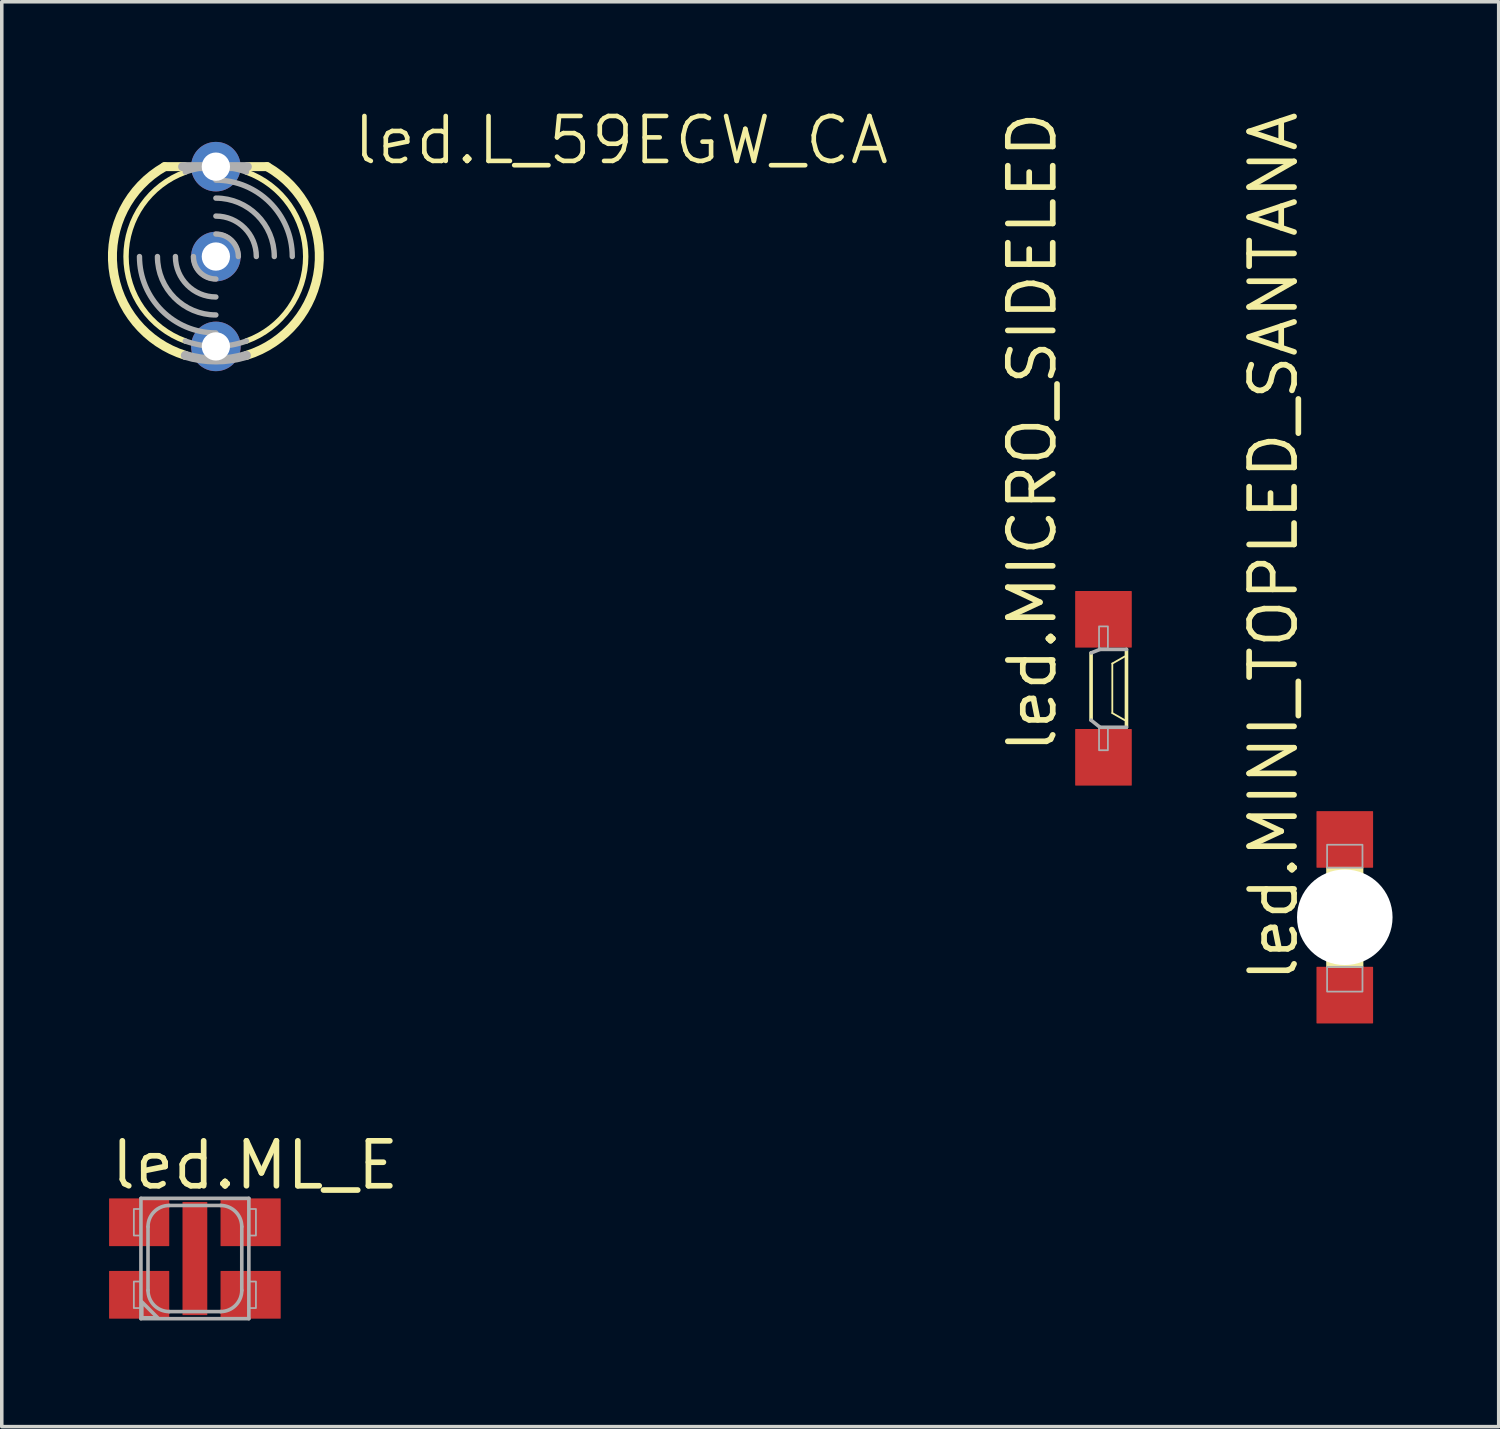
<source format=kicad_pcb>
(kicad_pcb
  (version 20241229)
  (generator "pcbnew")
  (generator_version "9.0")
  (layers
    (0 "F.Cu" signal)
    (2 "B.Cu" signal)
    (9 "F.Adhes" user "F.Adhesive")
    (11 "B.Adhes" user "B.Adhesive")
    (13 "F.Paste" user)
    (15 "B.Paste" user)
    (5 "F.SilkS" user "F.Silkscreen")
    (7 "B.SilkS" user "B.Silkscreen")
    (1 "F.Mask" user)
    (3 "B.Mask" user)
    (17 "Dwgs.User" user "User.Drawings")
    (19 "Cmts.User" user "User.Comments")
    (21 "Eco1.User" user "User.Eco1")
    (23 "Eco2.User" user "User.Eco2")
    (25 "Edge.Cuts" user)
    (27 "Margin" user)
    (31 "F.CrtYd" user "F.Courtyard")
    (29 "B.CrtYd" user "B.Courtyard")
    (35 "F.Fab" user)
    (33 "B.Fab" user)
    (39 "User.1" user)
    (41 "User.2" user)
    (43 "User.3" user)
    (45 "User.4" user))
  (footprint "led.ML_E"
    (layer "F.Cu")
    (at 2.458 32.518)
    (property "Reference" "led.ML_E" (at -2.458 -1.893 0) (layer "F.SilkS") (effects (font (size 1.27 1.27) (thickness 0.16)) (justify left bottom)))
    (attr smd)
    (fp_rect (start -2.425 -0.35) (end -0.725 -1.7) (stroke (width 0.05) (type default)) (fill yes) (layer "F.Mask"))
    (fp_rect (start -2.425 1.7) (end -0.725 0.35) (stroke (width 0.05) (type default)) (fill yes) (layer "F.Mask"))
    (fp_rect (start -0.45 1.7) (end 0.45 -1.7) (stroke (width 0.05) (type default)) (fill yes) (layer "F.Mask"))
    (fp_rect (start -0.25 1.25) (end 0.275 -1.25) (stroke (width 0.05) (type default)) (fill yes) (layer "F.Mask"))
    (fp_rect (start 0.725 -0.35) (end 2.425 -1.7) (stroke (width 0.05) (type default)) (fill yes) (layer "F.Mask"))
    (fp_rect (start 0.725 1.7) (end 2.425 0.35) (stroke (width 0.05) (type default)) (fill yes) (layer "F.Mask"))
    (fp_rect (start -2.125 -0.45) (end -0.825 -1.6) (stroke (width 0.05) (type default)) (fill yes) (layer "F.Paste"))
    (fp_rect (start -2.125 1.6) (end -0.825 0.45) (stroke (width 0.05) (type default)) (fill yes) (layer "F.Paste"))
    (fp_rect (start 0.825 -0.45) (end 2.125 -1.6) (stroke (width 0.05) (type default)) (fill yes) (layer "F.Paste"))
    (fp_rect (start 0.825 1.6) (end 2.125 0.45) (stroke (width 0.05) (type default)) (fill yes) (layer "F.Paste"))
    (fp_line (start -1.525 -1.7) (end 1.525 -1.7) (stroke (width 0.102) (type default)) (layer "F.Fab"))
    (fp_line (start -1.525 1.7) (end -1.525 -1.7) (stroke (width 0.102) (type default)) (layer "F.Fab"))
    (fp_line (start -1.325 0.9) (end -1.325 -0.9) (stroke (width 0.102) (type default)) (layer "F.Fab"))
    (fp_line (start -0.725 -1.5) (end 0.725 -1.5) (stroke (width 0.102) (type default)) (layer "F.Fab"))
    (fp_line (start 0.725 1.5) (end -0.725 1.5) (stroke (width 0.102) (type default)) (layer "F.Fab"))
    (fp_line (start 1.325 -0.9) (end 1.325 0.9) (stroke (width 0.102) (type default)) (layer "F.Fab"))
    (fp_line (start 1.525 -1.7) (end 1.525 1.7) (stroke (width 0.102) (type default)) (layer "F.Fab"))
    (fp_line (start 1.525 1.7) (end -1.525 1.7) (stroke (width 0.102) (type default)) (layer "F.Fab"))
    (fp_rect (start -1.725 -0.65) (end -1.525 -1.4) (stroke (width 0.05) (type default)) (fill no) (layer "F.Fab"))
    (fp_rect (start -1.725 1.4) (end -1.525 0.65) (stroke (width 0.05) (type default)) (fill no) (layer "F.Fab"))
    (fp_rect (start 1.525 -0.65) (end 1.725 -1.4) (stroke (width 0.05) (type default)) (fill no) (layer "F.Fab"))
    (fp_rect (start 1.525 1.4) (end 1.725 0.65) (stroke (width 0.05) (type default)) (fill no) (layer "F.Fab"))
    (fp_arc (start -1.325 -0.9) (mid -1.149264 -1.324264) (end -0.725 -1.5) (stroke (width 0.1016) (type default)) (layer "F.Fab"))
    (fp_arc (start -0.725 1.5) (mid -1.149264 1.324264) (end -1.325 0.9) (stroke (width 0.1016) (type default)) (layer "F.Fab"))
    (fp_arc (start 0.725 -1.5) (mid 1.149264 -1.324264) (end 1.325 -0.9) (stroke (width 0.1016) (type default)) (layer "F.Fab"))
    (fp_arc (start 1.325 0.9) (mid 1.149264 1.324264) (end 0.725 1.5) (stroke (width 0.1016) (type default)) (layer "F.Fab"))
    (fp_poly (pts (xy -1.5 1.675) (xy -1.5 1.225) (xy -1.05 1.675)) (stroke (width 0.102) (type default)) (fill no) (layer "F.Fab"))
    (pad "A@1" smd roundrect (at 1.575 1.025 180) (size 1.7 1.35) (layers "F.Cu" "F.Mask" "F.Paste") (roundrect_rratio 0.01))
    (pad "A@2" smd roundrect (at 1.575 -1.025 180) (size 1.7 1.35) (layers "F.Cu" "F.Mask" "F.Paste") (roundrect_rratio 0.01))
    (pad "C@1" smd roundrect (at -1.575 1.025) (size 1.7 1.35) (layers "F.Cu" "F.Mask" "F.Paste") (roundrect_rratio 0.01))
    (pad "C@2" smd roundrect (at -1.575 -1.025) (size 1.7 1.35) (layers "F.Cu" "F.Mask" "F.Paste") (roundrect_rratio 0.01))
    (pad "TH" smd roundrect (at 0 0 180) (size 0.7 3.2) (layers "F.Cu" "F.Mask" "F.Paste") (roundrect_rratio 0.01)))
  (footprint "led.MICRO_SIDELED"
    (layer "F.Cu")
    (at 28.136 16.403)
    (property "Reference" "led.MICRO_SIDELED" (at -1.27 1.905 90) (layer "F.SilkS") (effects (font (size 1.27 1.27) (thickness 0.16)) (justify left bottom)))
    (attr smd)
    (fp_rect (start -0.4 -1.1) (end 0.4 -1.8) (stroke (width 0.05) (type default)) (fill yes) (layer "F.Mask"))
    (fp_rect (start -0.4 1.8) (end 0.4 1.1) (stroke (width 0.05) (type default)) (fill yes) (layer "F.Mask"))
    (fp_line (start -0.35 -1) (end -0.35 0.9) (stroke (width 0.102) (type default)) (layer "F.SilkS"))
    (fp_line (start 0.25 -0.7) (end 0.25 0.7) (stroke (width 0.051) (type default)) (layer "F.SilkS"))
    (fp_line (start 0.25 0.7) (end 0.6 0.9) (stroke (width 0.051) (type default)) (layer "F.SilkS"))
    (fp_line (start 0.6 -0.9) (end 0.25 -0.7) (stroke (width 0.051) (type default)) (layer "F.SilkS"))
    (fp_line (start 0.65 1.1) (end 0.65 -1.1) (stroke (width 0.102) (type default)) (layer "F.SilkS"))
    (fp_rect (start -0.35 -1.15) (end 0.35 -1.75) (stroke (width 0.05) (type default)) (fill yes) (layer "F.Paste"))
    (fp_rect (start -0.35 1.75) (end 0.35 1.15) (stroke (width 0.05) (type default)) (fill yes) (layer "F.Paste"))
    (fp_line (start -0.35 0.9) (end -0.1 1.1) (stroke (width 0.102) (type default)) (layer "F.Fab"))
    (fp_line (start -0.1 -1.1) (end -0.35 -1) (stroke (width 0.102) (type default)) (layer "F.Fab"))
    (fp_line (start -0.1 1.1) (end 0.65 1.1) (stroke (width 0.102) (type default)) (layer "F.Fab"))
    (fp_line (start 0.65 -1.1) (end -0.1 -1.1) (stroke (width 0.102) (type default)) (layer "F.Fab"))
    (fp_rect (start -0.125 -1.125) (end 0.125 -1.75) (stroke (width 0.05) (type default)) (fill no) (layer "F.Fab"))
    (fp_rect (start -0.125 1.75) (end 0.125 1.125) (stroke (width 0.05) (type default)) (fill no) (layer "F.Fab"))
    (pad "A" smd roundrect (at 0 -1.95) (size 1.6 1.6) (layers "F.Cu" "F.Mask" "F.Paste") (roundrect_rratio 0.01))
    (pad "C" smd roundrect (at 0 1.95) (size 1.6 1.6) (layers "F.Cu" "F.Mask" "F.Paste") (roundrect_rratio 0.01)))
  (footprint "led.MINI_TOPLED_SANTANA"
    (layer "F.Cu")
    (at 34.956 22.874)
    (property "Reference" "led.MINI_TOPLED_SANTANA" (at -1.27 1.905 90) (layer "F.SilkS") (effects (font (size 1.27 1.27) (thickness 0.16)) (justify left bottom)))
    (attr smd)
    (fp_rect (start -0.55 -1.5) (end 0.55 -2.1) (stroke (width 0.05) (type default)) (fill yes) (layer "F.Mask"))
    (fp_rect (start -0.55 2.1) (end 0.55 1.5) (stroke (width 0.05) (type default)) (fill yes) (layer "F.Mask"))
    (fp_line (start -0.7 -1) (end 0.7 -1) (stroke (width 0.102) (type default)) (layer "F.SilkS"))
    (fp_line (start -0.7 1) (end -0.7 -1) (stroke (width 0.102) (type default)) (layer "F.SilkS"))
    (fp_line (start -0.45 -0.7) (end 0.45 -0.7) (stroke (width 0.102) (type default)) (layer "F.SilkS"))
    (fp_line (start -0.45 0.7) (end -0.45 -0.7) (stroke (width 0.102) (type default)) (layer "F.SilkS"))
    (fp_line (start 0.35 1) (end -0.7 1) (stroke (width 0.102) (type default)) (layer "F.SilkS"))
    (fp_line (start 0.45 -0.7) (end 0.45 0.7) (stroke (width 0.102) (type default)) (layer "F.SilkS"))
    (fp_line (start 0.45 0.7) (end -0.45 0.7) (stroke (width 0.102) (type default)) (layer "F.SilkS"))
    (fp_line (start 0.7 -1) (end 0.7 0.65) (stroke (width 0.102) (type default)) (layer "F.SilkS"))
    (fp_line (start 0.7 0.65) (end 0.35 1) (stroke (width 0.102) (type default)) (layer "F.SilkS"))
    (fp_line (start 0.7 0.65) (end 0.7 1) (stroke (width 0.102) (type default)) (layer "F.SilkS"))
    (fp_line (start 0.7 1) (end 0.35 1) (stroke (width 0.102) (type default)) (layer "F.SilkS"))
    (fp_rect (start -0.5 -1) (end 0.5 -1.4) (stroke (width 0.05) (type default)) (fill yes) (layer "F.SilkS"))
    (fp_rect (start -0.5 1.4) (end 0.5 1.05) (stroke (width 0.05) (type default)) (fill yes) (layer "F.SilkS"))
    (fp_rect (start -0.2 0.4) (end 0.15 0.05) (stroke (width 0.05) (type default)) (fill yes) (layer "F.SilkS"))
    (fp_rect (start -0.5 -1.55) (end 0.5 -2.05) (stroke (width 0.05) (type default)) (fill yes) (layer "F.Paste"))
    (fp_rect (start -0.5 2.05) (end 0.5 1.55) (stroke (width 0.05) (type default)) (fill yes) (layer "F.Paste"))
    (fp_rect (start -0.5 -1.4) (end 0.5 -2.05) (stroke (width 0.05) (type default)) (fill no) (layer "F.Fab"))
    (fp_rect (start -0.5 2.1) (end 0.5 1.4) (stroke (width 0.05) (type default)) (fill no) (layer "F.Fab"))
    (pad "" np_thru_hole circle (at 0 0) (size 2.7 2.7) (drill 2.7) (layers "*.Cu" "*.Mask"))
    (pad "A" smd roundrect (at 0 -2.2) (size 1.6 1.6) (layers "F.Cu" "F.Mask" "F.Paste") (roundrect_rratio 0.01))
    (pad "C" smd roundrect (at 0 2.2) (size 1.6 1.6) (layers "F.Cu" "F.Mask" "F.Paste") (roundrect_rratio 0.01)))
  (footprint "led.L_59EGW_CA"
    (layer "F.Cu")
    (at 3.051 4.2)
    (property "Reference" "led.L_59EGW_CA" (at 3.81 -2.54 0) (layer "F.SilkS") (effects (font (size 1.27 1.27) (thickness 0.13)) (justify left bottom)))
    (attr through_hole)
    (fp_line (start -1.448 -2.54) (end -0.889 -2.54) (stroke (width 0.254) (type default)) (layer "F.SilkS"))
    (fp_line (start 0.889 -2.54) (end 1.448 -2.54) (stroke (width 0.254) (type default)) (layer "F.SilkS"))
    (fp_arc (start -0.8636 2.3876) (mid -2.538984 0) (end -0.8636 -2.3876) (stroke (width 0.1524) (type default)) (layer "F.SilkS"))
    (fp_arc (start -0.8634 2.7933) (mid -2.906456 0.318501) (end -1.4478 -2.54) (stroke (width 0.254) (type default)) (layer "F.SilkS"))
    (fp_arc (start 0.8636 -2.3876) (mid 2.538984 0) (end 0.8636 2.3876) (stroke (width 0.1524) (type default)) (layer "F.SilkS"))
    (fp_arc (start 1.4482 -2.5407) (mid 2.906916 0.318534) (end 0.8636 2.794) (stroke (width 0.254) (type default)) (layer "F.SilkS"))
    (fp_line (start -0.94 -2.54) (end 0.889 -2.54) (stroke (width 0.254) (type default)) (layer "F.Fab"))
    (fp_arc (start -0.8636 -2.3876) (mid 0 -2.538984) (end 0.8636 -2.3876) (stroke (width 0.1524) (type default)) (layer "F.Fab"))
    (fp_arc (start 0 -2.159) (mid 1.526644 -1.526644) (end 2.159 0) (stroke (width 0.1524) (type default)) (layer "F.Fab"))
    (fp_arc (start 0 -1.651) (mid 1.167433 -1.167433) (end 1.651 0) (stroke (width 0.1524) (type default)) (layer "F.Fab"))
    (fp_arc (start 0 -1.143) (mid 0.808223 -0.808223) (end 1.143 0) (stroke (width 0.1524) (type default)) (layer "F.Fab"))
    (fp_arc (start 0 -0.635) (mid 0.449013 -0.449013) (end 0.635 0) (stroke (width 0.1524) (type default)) (layer "F.Fab"))
    (fp_arc (start 0 0.635) (mid -0.449013 0.449013) (end -0.635 0) (stroke (width 0.1524) (type default)) (layer "F.Fab"))
    (fp_arc (start 0 1.143) (mid -0.808223 0.808223) (end -1.143 0) (stroke (width 0.1524) (type default)) (layer "F.Fab"))
    (fp_arc (start 0 1.651) (mid -1.167433 1.167433) (end -1.651 0) (stroke (width 0.1524) (type default)) (layer "F.Fab"))
    (fp_arc (start 0 2.159) (mid -1.526644 1.526644) (end -2.159 0) (stroke (width 0.1524) (type default)) (layer "F.Fab"))
    (fp_arc (start 0.8636 2.3876) (mid 0 2.538984) (end -0.8636 2.3876) (stroke (width 0.1524) (type default)) (layer "F.Fab"))
    (fp_arc (start 0.8636 2.794) (mid 0 2.924421) (end -0.8636 2.794) (stroke (width 0.254) (type default)) (layer "F.Fab"))
    (pad "1" thru_hole circle (at 0 -2.54 90) (size 1.4 1.4) (drill 0.8) (layers "*.Cu" "*.Mask"))
    (pad "2" thru_hole circle (at 0 0 90) (size 1.4 1.4) (drill 0.8) (layers "*.Cu" "*.Mask"))
    (pad "3" thru_hole circle (at 0 2.54 90) (size 1.4 1.4) (drill 0.8) (layers "*.Cu" "*.Mask")))
  (gr_rect
    (start -3 -3)
    (end 39.306 37.269)
    (stroke (width 0.1) (type default))
    (fill no)
    (layer "Edge.Cuts")))
</source>
